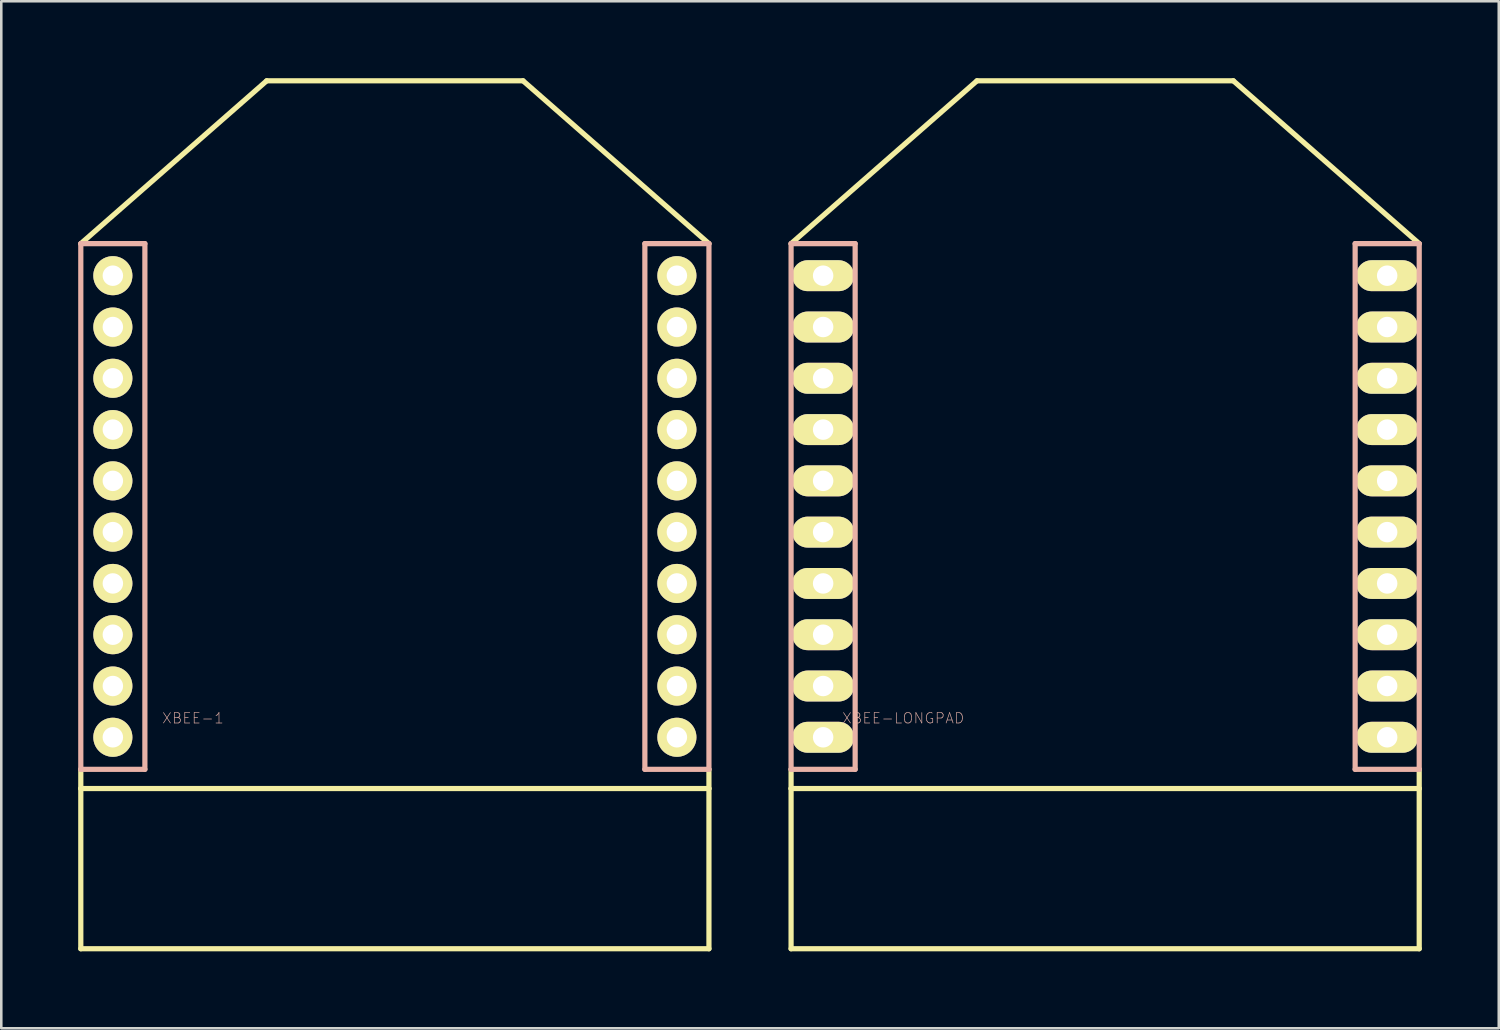
<source format=kicad_pcb>
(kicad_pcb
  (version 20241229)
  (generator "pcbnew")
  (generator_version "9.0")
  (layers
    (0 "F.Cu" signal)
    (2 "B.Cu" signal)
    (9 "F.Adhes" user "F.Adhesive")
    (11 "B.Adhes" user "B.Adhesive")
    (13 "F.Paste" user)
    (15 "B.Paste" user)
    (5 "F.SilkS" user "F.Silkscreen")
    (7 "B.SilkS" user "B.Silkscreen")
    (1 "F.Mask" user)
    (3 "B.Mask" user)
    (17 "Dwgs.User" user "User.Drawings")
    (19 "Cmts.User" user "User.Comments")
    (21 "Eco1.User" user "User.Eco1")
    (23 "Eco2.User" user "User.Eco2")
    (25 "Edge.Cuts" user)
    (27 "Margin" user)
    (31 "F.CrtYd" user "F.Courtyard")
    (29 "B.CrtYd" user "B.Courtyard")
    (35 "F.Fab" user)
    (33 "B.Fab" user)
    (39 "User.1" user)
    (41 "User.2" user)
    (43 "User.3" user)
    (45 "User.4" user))
  (footprint "XBEE-1"
    (layer "F.Cu")
    (at 12.349 27.701)
    (property "Reference" "XBEE-1" (at -7.874 -2.743 0) (layer "B.SilkS") (effects (font (size 0.406 0.406) (thickness 0.025))))
    (attr exclude_from_pos_files exclude_from_bom)
    (fp_line (start -12.248 -21.25) (end -4.999 -27.6) (stroke (width 0.203) (type solid)) (layer "F.SilkS"))
    (fp_line (start -12.248 -0.749) (end -12.248 0) (stroke (width 0.203) (type solid)) (layer "F.SilkS"))
    (fp_line (start -12.248 0) (end -12.248 6.248) (stroke (width 0.203) (type solid)) (layer "F.SilkS"))
    (fp_line (start -12.248 0) (end 12.248 0) (stroke (width 0.203) (type solid)) (layer "F.SilkS"))
    (fp_line (start -12.248 6.248) (end 12.248 6.248) (stroke (width 0.203) (type solid)) (layer "F.SilkS"))
    (fp_line (start -4.999 -27.6) (end 4.999 -27.6) (stroke (width 0.203) (type solid)) (layer "F.SilkS"))
    (fp_line (start 12.248 -21.25) (end 4.999 -27.6) (stroke (width 0.203) (type solid)) (layer "F.SilkS"))
    (fp_line (start 12.248 -0.749) (end 12.248 0) (stroke (width 0.203) (type solid)) (layer "F.SilkS"))
    (fp_line (start 12.248 0) (end 12.248 6.248) (stroke (width 0.203) (type solid)) (layer "F.SilkS"))
    (fp_line (start -12.248 -21.25) (end -12.248 -0.749) (stroke (width 0.203) (type solid)) (layer "B.SilkS"))
    (fp_line (start -12.248 -0.749) (end -9.749 -0.749) (stroke (width 0.203) (type solid)) (layer "B.SilkS"))
    (fp_line (start -9.749 -21.25) (end -12.248 -21.25) (stroke (width 0.203) (type solid)) (layer "B.SilkS"))
    (fp_line (start -9.749 -21.25) (end -9.749 -0.749) (stroke (width 0.203) (type solid)) (layer "B.SilkS"))
    (fp_line (start 9.749 -21.25) (end 9.749 -0.749) (stroke (width 0.203) (type solid)) (layer "B.SilkS"))
    (fp_line (start 9.749 -21.25) (end 12.248 -21.25) (stroke (width 0.203) (type solid)) (layer "B.SilkS"))
    (fp_line (start 12.248 -21.25) (end 12.248 -0.749) (stroke (width 0.203) (type solid)) (layer "B.SilkS"))
    (fp_line (start 12.248 -0.749) (end 9.749 -0.749) (stroke (width 0.203) (type solid)) (layer "B.SilkS"))
    (pad "1" thru_hole circle (at -10.998 -20) (size 1.524 1.524) (drill 0.798) (layers "*.Cu" "F.Mask" "F.SilkS" "F.Paste"))
    (pad "2" thru_hole circle (at -10.998 -17.998) (size 1.524 1.524) (drill 0.798) (layers "*.Cu" "F.Mask" "F.SilkS" "F.Paste"))
    (pad "3" thru_hole circle (at -10.998 -15.999) (size 1.524 1.524) (drill 0.798) (layers "*.Cu" "F.Mask" "F.SilkS" "F.Paste"))
    (pad "4" thru_hole circle (at -10.998 -13.998) (size 1.524 1.524) (drill 0.798) (layers "*.Cu" "F.Mask" "F.SilkS" "F.Paste"))
    (pad "5" thru_hole circle (at -10.998 -11.999) (size 1.524 1.524) (drill 0.798) (layers "*.Cu" "F.Mask" "F.SilkS" "F.Paste"))
    (pad "6" thru_hole circle (at -10.998 -10) (size 1.524 1.524) (drill 0.798) (layers "*.Cu" "F.Mask" "F.SilkS" "F.Paste"))
    (pad "7" thru_hole circle (at -10.998 -7.998) (size 1.524 1.524) (drill 0.798) (layers "*.Cu" "F.Mask" "F.SilkS" "F.Paste"))
    (pad "8" thru_hole circle (at -10.998 -5.999) (size 1.524 1.524) (drill 0.798) (layers "*.Cu" "F.Mask" "F.SilkS" "F.Paste"))
    (pad "9" thru_hole circle (at -10.998 -3.998) (size 1.524 1.524) (drill 0.798) (layers "*.Cu" "F.Mask" "F.SilkS" "F.Paste"))
    (pad "10" thru_hole circle (at -10.998 -1.999) (size 1.524 1.524) (drill 0.798) (layers "*.Cu" "F.Mask" "F.SilkS" "F.Paste"))
    (pad "11" thru_hole circle (at 10.998 -1.999) (size 1.524 1.524) (drill 0.798) (layers "*.Cu" "F.Mask" "F.SilkS" "F.Paste"))
    (pad "12" thru_hole circle (at 10.998 -3.998) (size 1.524 1.524) (drill 0.798) (layers "*.Cu" "F.Mask" "F.SilkS" "F.Paste"))
    (pad "13" thru_hole circle (at 10.998 -5.999) (size 1.524 1.524) (drill 0.798) (layers "*.Cu" "F.Mask" "F.SilkS" "F.Paste"))
    (pad "14" thru_hole circle (at 10.998 -7.998) (size 1.524 1.524) (drill 0.798) (layers "*.Cu" "F.Mask" "F.SilkS" "F.Paste"))
    (pad "15" thru_hole circle (at 10.998 -10) (size 1.524 1.524) (drill 0.798) (layers "*.Cu" "F.Mask" "F.SilkS" "F.Paste"))
    (pad "16" thru_hole circle (at 10.998 -11.999) (size 1.524 1.524) (drill 0.798) (layers "*.Cu" "F.Mask" "F.SilkS" "F.Paste"))
    (pad "17" thru_hole circle (at 10.998 -13.998) (size 1.524 1.524) (drill 0.798) (layers "*.Cu" "F.Mask" "F.SilkS" "F.Paste"))
    (pad "18" thru_hole circle (at 10.998 -15.999) (size 1.524 1.524) (drill 0.798) (layers "*.Cu" "F.Mask" "F.SilkS" "F.Paste"))
    (pad "19" thru_hole circle (at 10.998 -17.998) (size 1.524 1.524) (drill 0.798) (layers "*.Cu" "F.Mask" "F.SilkS" "F.Paste"))
    (pad "20" thru_hole circle (at 10.998 -20) (size 1.524 1.524) (drill 0.798) (layers "*.Cu" "F.Mask" "F.SilkS" "F.Paste")))
  (footprint "XBEE-LONGPAD"
    (layer "F.Cu")
    (at 40.048 27.701)
    (property "Reference" "XBEE-LONGPAD" (at -7.874 -2.743 0) (layer "B.SilkS") (effects (font (size 0.406 0.406) (thickness 0.025))))
    (attr exclude_from_pos_files exclude_from_bom)
    (fp_line (start -12.248 -21.25) (end -4.999 -27.6) (stroke (width 0.203) (type solid)) (layer "F.SilkS"))
    (fp_line (start -12.248 -0.749) (end -12.248 0) (stroke (width 0.203) (type solid)) (layer "F.SilkS"))
    (fp_line (start -12.248 0) (end -12.248 6.248) (stroke (width 0.203) (type solid)) (layer "F.SilkS"))
    (fp_line (start -12.248 0) (end 12.248 0) (stroke (width 0.203) (type solid)) (layer "F.SilkS"))
    (fp_line (start -12.248 6.248) (end 12.248 6.248) (stroke (width 0.203) (type solid)) (layer "F.SilkS"))
    (fp_line (start -4.999 -27.6) (end 4.999 -27.6) (stroke (width 0.203) (type solid)) (layer "F.SilkS"))
    (fp_line (start 12.248 -21.25) (end 4.999 -27.6) (stroke (width 0.203) (type solid)) (layer "F.SilkS"))
    (fp_line (start 12.248 -0.749) (end 12.248 0) (stroke (width 0.203) (type solid)) (layer "F.SilkS"))
    (fp_line (start 12.248 0) (end 12.248 6.248) (stroke (width 0.203) (type solid)) (layer "F.SilkS"))
    (fp_line (start -12.248 -21.25) (end -12.248 -0.749) (stroke (width 0.203) (type solid)) (layer "B.SilkS"))
    (fp_line (start -12.248 -0.749) (end -9.749 -0.749) (stroke (width 0.203) (type solid)) (layer "B.SilkS"))
    (fp_line (start -9.749 -21.25) (end -12.248 -21.25) (stroke (width 0.203) (type solid)) (layer "B.SilkS"))
    (fp_line (start -9.749 -21.25) (end -9.749 -0.749) (stroke (width 0.203) (type solid)) (layer "B.SilkS"))
    (fp_line (start 9.749 -21.25) (end 9.749 -0.749) (stroke (width 0.203) (type solid)) (layer "B.SilkS"))
    (fp_line (start 9.749 -21.25) (end 12.248 -21.25) (stroke (width 0.203) (type solid)) (layer "B.SilkS"))
    (fp_line (start 12.248 -21.25) (end 12.248 -0.749) (stroke (width 0.203) (type solid)) (layer "B.SilkS"))
    (fp_line (start 12.248 -0.749) (end 9.749 -0.749) (stroke (width 0.203) (type solid)) (layer "B.SilkS"))
    (pad "1" thru_hole oval (at -10.998 -20 90) (size 1.206 2.413) (drill 0.798) (layers "*.Cu" "F.Mask" "F.SilkS" "F.Paste"))
    (pad "2" thru_hole oval (at -10.998 -17.998 90) (size 1.206 2.413) (drill 0.798) (layers "*.Cu" "F.Mask" "F.SilkS" "F.Paste"))
    (pad "3" thru_hole oval (at -10.998 -15.999 90) (size 1.206 2.413) (drill 0.798) (layers "*.Cu" "F.Mask" "F.SilkS" "F.Paste"))
    (pad "4" thru_hole oval (at -10.998 -13.998 90) (size 1.206 2.413) (drill 0.798) (layers "*.Cu" "F.Mask" "F.SilkS" "F.Paste"))
    (pad "5" thru_hole oval (at -10.998 -11.999 90) (size 1.206 2.413) (drill 0.798) (layers "*.Cu" "F.Mask" "F.SilkS" "F.Paste"))
    (pad "6" thru_hole oval (at -10.998 -10 90) (size 1.206 2.413) (drill 0.798) (layers "*.Cu" "F.Mask" "F.SilkS" "F.Paste"))
    (pad "7" thru_hole oval (at -10.998 -7.998 90) (size 1.206 2.413) (drill 0.798) (layers "*.Cu" "F.Mask" "F.SilkS" "F.Paste"))
    (pad "8" thru_hole oval (at -10.998 -5.999 90) (size 1.206 2.413) (drill 0.798) (layers "*.Cu" "F.Mask" "F.SilkS" "F.Paste"))
    (pad "9" thru_hole oval (at -10.998 -3.998 90) (size 1.206 2.413) (drill 0.798) (layers "*.Cu" "F.Mask" "F.SilkS" "F.Paste"))
    (pad "10" thru_hole oval (at -10.998 -1.999 90) (size 1.206 2.413) (drill 0.798) (layers "*.Cu" "F.Mask" "F.SilkS" "F.Paste"))
    (pad "11" thru_hole oval (at 10.998 -1.999 90) (size 1.206 2.413) (drill 0.798) (layers "*.Cu" "F.Mask" "F.SilkS" "F.Paste"))
    (pad "12" thru_hole oval (at 10.998 -3.998 90) (size 1.206 2.413) (drill 0.798) (layers "*.Cu" "F.Mask" "F.SilkS" "F.Paste"))
    (pad "13" thru_hole oval (at 10.998 -5.999 90) (size 1.206 2.413) (drill 0.798) (layers "*.Cu" "F.Mask" "F.SilkS" "F.Paste"))
    (pad "14" thru_hole oval (at 10.998 -7.998 90) (size 1.206 2.413) (drill 0.798) (layers "*.Cu" "F.Mask" "F.SilkS" "F.Paste"))
    (pad "15" thru_hole oval (at 10.998 -10 90) (size 1.206 2.413) (drill 0.798) (layers "*.Cu" "F.Mask" "F.SilkS" "F.Paste"))
    (pad "16" thru_hole oval (at 10.998 -11.999 90) (size 1.206 2.413) (drill 0.798) (layers "*.Cu" "F.Mask" "F.SilkS" "F.Paste"))
    (pad "17" thru_hole oval (at 10.998 -13.998 90) (size 1.206 2.413) (drill 0.798) (layers "*.Cu" "F.Mask" "F.SilkS" "F.Paste"))
    (pad "18" thru_hole oval (at 10.998 -15.999 90) (size 1.206 2.413) (drill 0.798) (layers "*.Cu" "F.Mask" "F.SilkS" "F.Paste"))
    (pad "19" thru_hole oval (at 10.998 -17.998 90) (size 1.206 2.413) (drill 0.798) (layers "*.Cu" "F.Mask" "F.SilkS" "F.Paste"))
    (pad "20" thru_hole oval (at 10.998 -20 90) (size 1.206 2.413) (drill 0.798) (layers "*.Cu" "F.Mask" "F.SilkS" "F.Paste")))
  (gr_rect
    (start -3 -3)
    (end 55.398 37.051)
    (stroke (width 0.1) (type default))
    (fill no)
    (layer "Edge.Cuts")))
</source>
